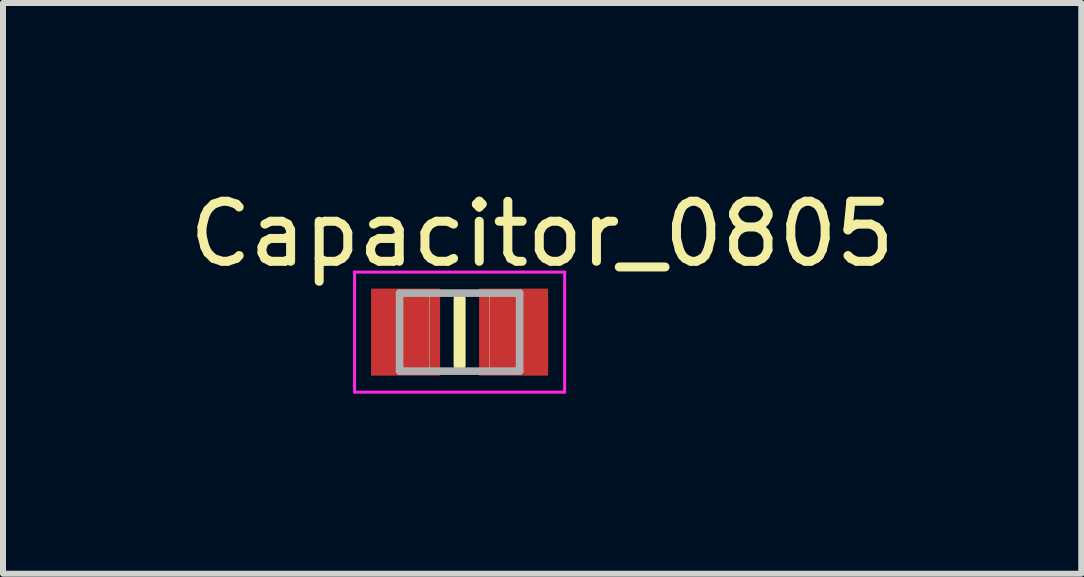
<source format=kicad_pcb>
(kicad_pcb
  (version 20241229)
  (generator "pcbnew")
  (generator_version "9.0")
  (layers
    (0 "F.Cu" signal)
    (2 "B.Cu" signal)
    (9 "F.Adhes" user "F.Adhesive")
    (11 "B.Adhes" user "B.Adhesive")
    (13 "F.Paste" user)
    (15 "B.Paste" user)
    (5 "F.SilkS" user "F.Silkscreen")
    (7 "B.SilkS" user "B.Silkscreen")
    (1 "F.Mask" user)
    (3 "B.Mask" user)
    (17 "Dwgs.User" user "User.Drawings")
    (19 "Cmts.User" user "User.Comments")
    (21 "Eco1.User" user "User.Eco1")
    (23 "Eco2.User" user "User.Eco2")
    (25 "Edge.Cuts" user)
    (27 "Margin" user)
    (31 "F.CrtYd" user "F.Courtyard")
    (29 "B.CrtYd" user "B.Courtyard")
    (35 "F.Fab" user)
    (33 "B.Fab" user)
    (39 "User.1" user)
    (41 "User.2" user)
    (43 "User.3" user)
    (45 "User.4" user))
  (footprint "Capacitor_0805"
    (layer "F.Cu")
    (at 4.607 2.483)
    (property "Reference" "Capacitor_0805" (at 1.375 -1.635 0) (layer "F.SilkS") (effects (font (size 1 1) (thickness 0.15))))
    (attr smd)
    (fp_line (start 0 -0.55) (end 0 0.55) (stroke (width 0.2) (type solid)) (layer "F.SilkS"))
    (fp_line (start -1.75 -1) (end 1.75 -1) (stroke (width 0.05) (type solid)) (layer "F.CrtYd"))
    (fp_line (start -1.75 1) (end -1.75 -1) (stroke (width 0.05) (type solid)) (layer "F.CrtYd"))
    (fp_line (start 1.75 -1) (end 1.75 1) (stroke (width 0.05) (type solid)) (layer "F.CrtYd"))
    (fp_line (start 1.75 1) (end -1.75 1) (stroke (width 0.05) (type solid)) (layer "F.CrtYd"))
    (fp_line (start -1 -0.65) (end 1 -0.65) (stroke (width 0.127) (type solid)) (layer "F.Fab"))
    (fp_line (start -1 0.65) (end -1 -0.65) (stroke (width 0.127) (type solid)) (layer "F.Fab"))
    (fp_line (start 1 -0.65) (end 1 0.65) (stroke (width 0.127) (type solid)) (layer "F.Fab"))
    (fp_line (start 1 0.65) (end -1 0.65) (stroke (width 0.127) (type solid)) (layer "F.Fab"))
    (fp_poly (pts (xy -1 -0.65) (xy -0.5 -0.65) (xy -0.5 0.65) (xy -1 0.65)) (stroke (width 0.01) (type solid)) (fill no) (layer "F.Fab"))
    (fp_poly (pts (xy 0.5 -0.65) (xy 1 -0.65) (xy 1 0.65) (xy 0.5 0.65)) (stroke (width 0.01) (type solid)) (fill no) (layer "F.Fab"))
    (pad "1" smd rect (at -0.9 0) (size 1.15 1.45) (layers "F.Cu" "F.Mask" "F.Paste"))
    (pad "2" smd rect (at 0.9 0) (size 1.15 1.45) (layers "F.Cu" "F.Mask" "F.Paste")))
  (gr_rect
    (start -3 -3)
    (end 14.964 6.508)
    (stroke (width 0.1) (type default))
    (fill no)
    (layer "Edge.Cuts")))
</source>
